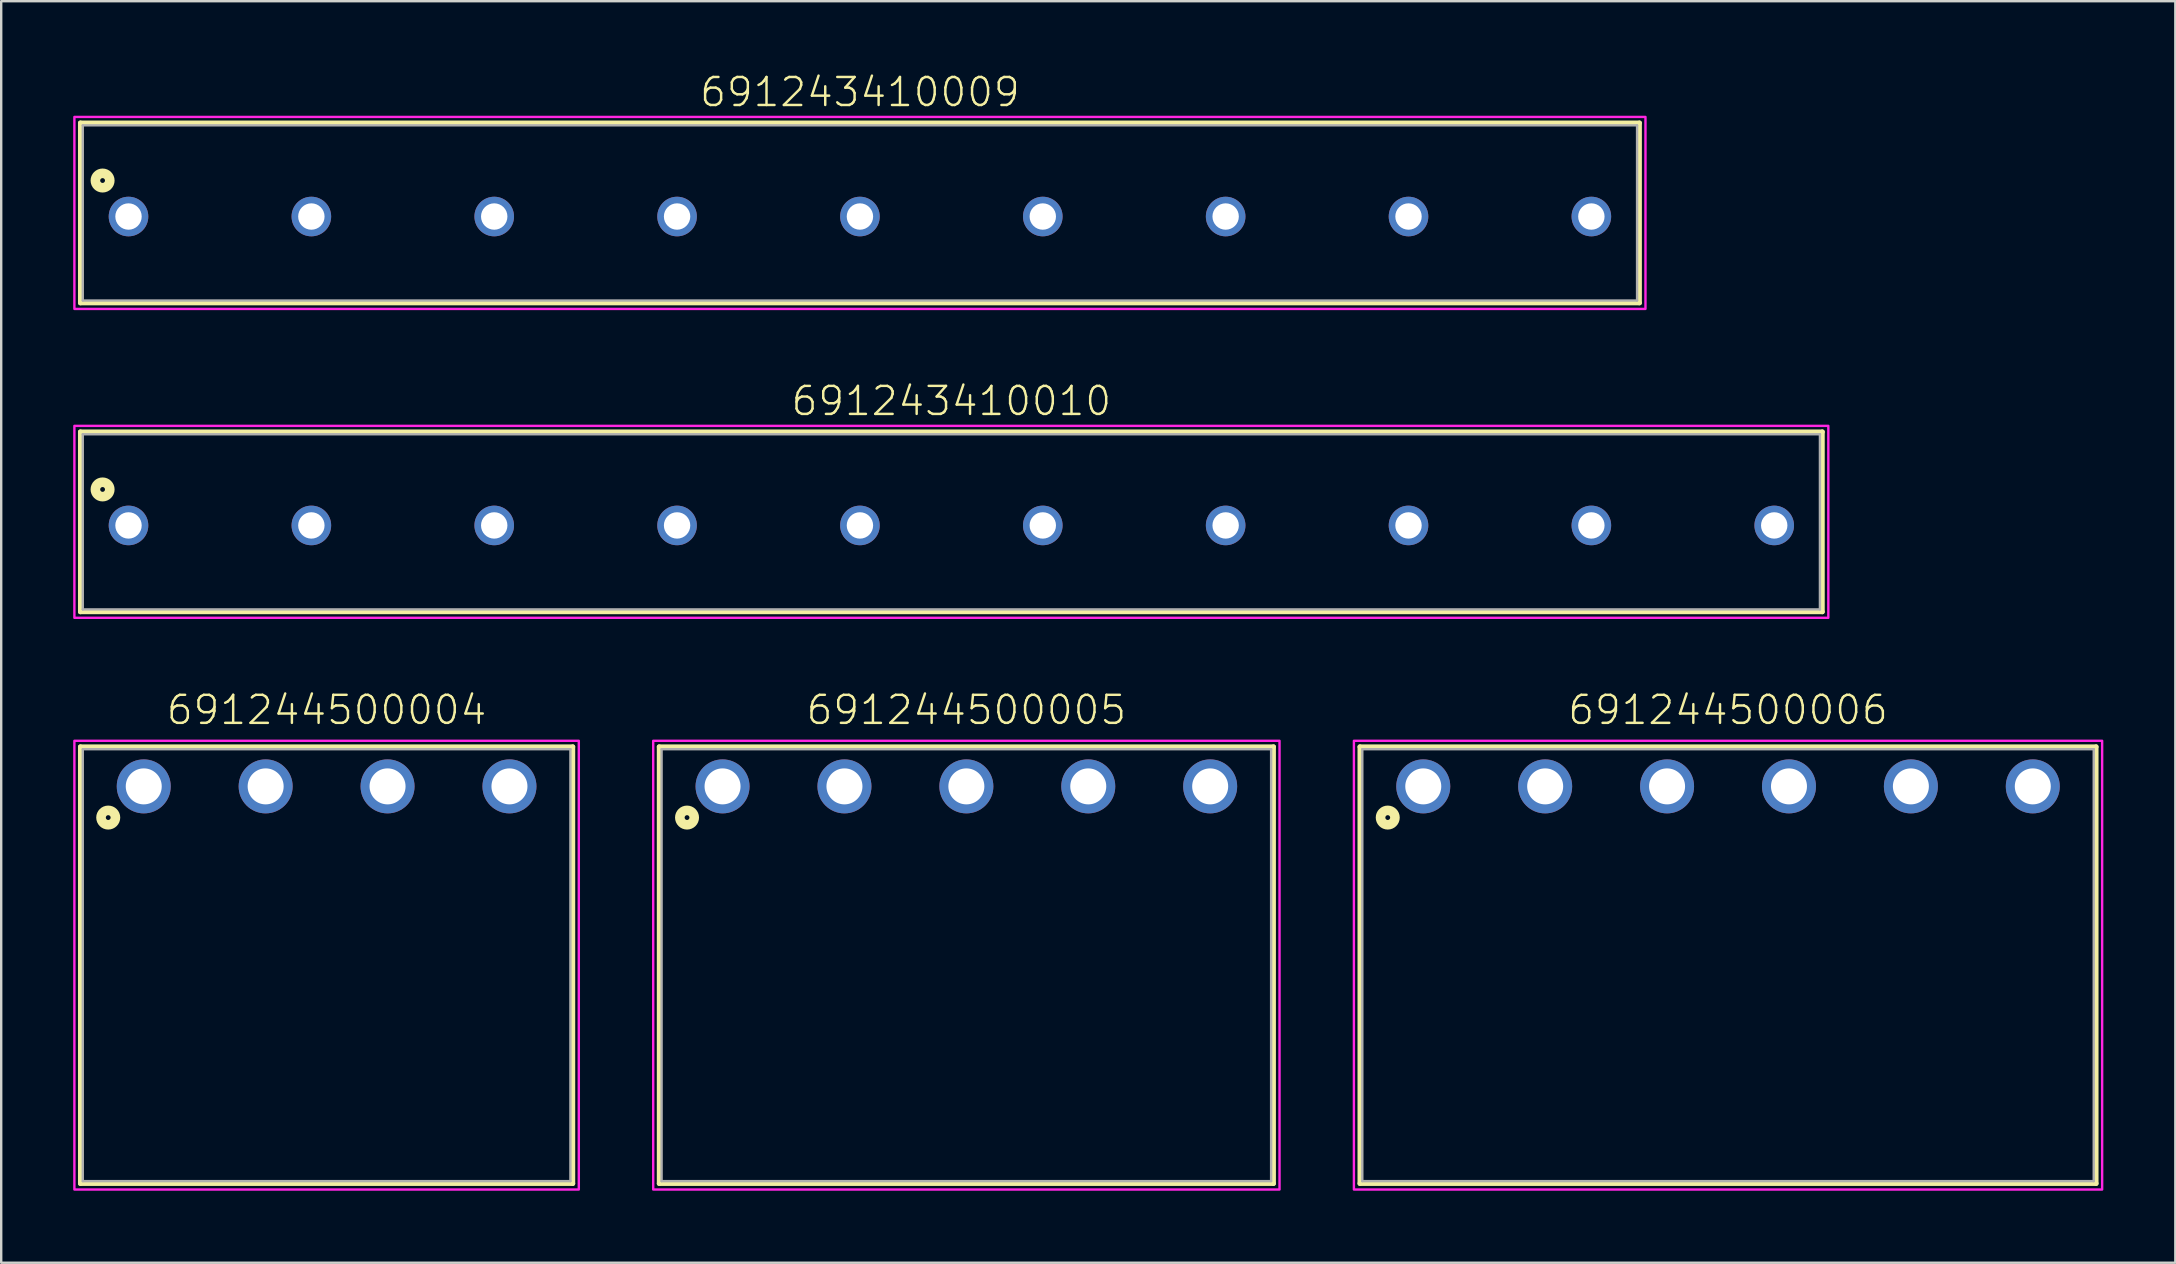
<source format=kicad_pcb>
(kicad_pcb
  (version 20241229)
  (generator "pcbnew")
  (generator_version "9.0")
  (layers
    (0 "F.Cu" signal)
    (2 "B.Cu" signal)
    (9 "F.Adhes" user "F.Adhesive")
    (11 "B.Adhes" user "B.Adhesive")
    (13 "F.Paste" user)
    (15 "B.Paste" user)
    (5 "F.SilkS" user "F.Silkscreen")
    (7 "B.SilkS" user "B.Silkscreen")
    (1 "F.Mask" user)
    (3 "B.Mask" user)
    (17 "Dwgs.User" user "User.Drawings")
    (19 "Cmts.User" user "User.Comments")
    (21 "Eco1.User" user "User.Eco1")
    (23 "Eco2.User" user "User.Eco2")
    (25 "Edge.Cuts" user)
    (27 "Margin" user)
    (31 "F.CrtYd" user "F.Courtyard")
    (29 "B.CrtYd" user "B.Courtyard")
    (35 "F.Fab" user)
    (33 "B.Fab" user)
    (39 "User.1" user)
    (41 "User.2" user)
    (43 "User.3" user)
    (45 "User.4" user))
  (footprint "691244500005"
    (layer "F.Cu")
    (at 37.22 29.72)
    (property "Reference" "691244500005" (at 0 -2.5 0) (unlocked yes) (layer "F.SilkS") (effects (font (size 1.168 1.168) (thickness 0.102)) (justify bottom)))
    (fp_line (start -12.8 -1.65) (end 12.8 -1.65) (stroke (width 0.2) (type solid)) (layer "F.SilkS"))
    (fp_line (start -12.8 16.55) (end -12.8 -1.65) (stroke (width 0.2) (type solid)) (layer "F.SilkS"))
    (fp_line (start 12.8 -1.65) (end 12.8 16.55) (stroke (width 0.2) (type solid)) (layer "F.SilkS"))
    (fp_line (start 12.8 16.55) (end -12.8 16.55) (stroke (width 0.2) (type solid)) (layer "F.SilkS"))
    (fp_circle (center -11.64 1.3) (end -11.54 1.3) (stroke (width 0.4) (type solid)) (fill no) (layer "F.SilkS"))
    (fp_poly (pts (xy 13.05 16.8) (xy -13.05 16.8) (xy -13.05 -1.9) (xy 13.05 -1.9)) (stroke (width 0.1) (type default)) (fill no) (layer "F.CrtYd"))
    (fp_line (start -12.7 16.45) (end -12.7 -1.55) (stroke (width 0.1) (type solid)) (layer "F.Fab"))
    (fp_line (start 12.7 -1.55) (end -12.7 -1.55) (stroke (width 0.1) (type solid)) (layer "F.Fab"))
    (fp_line (start 12.7 16.45) (end -12.7 16.45) (stroke (width 0.1) (type solid)) (layer "F.Fab"))
    (fp_line (start 12.7 16.45) (end 12.7 -1.55) (stroke (width 0.1) (type solid)) (layer "F.Fab"))
    (pad "1" thru_hole circle (at -10.16 0 180) (size 2.25 2.25) (drill 1.5) (layers "*.Cu" "*.Mask"))
    (pad "2" thru_hole circle (at -5.08 0 180) (size 2.25 2.25) (drill 1.5) (layers "*.Cu" "*.Mask"))
    (pad "3" thru_hole circle (at 0 0 180) (size 2.25 2.25) (drill 1.5) (layers "*.Cu" "*.Mask"))
    (pad "4" thru_hole circle (at 5.08 0 180) (size 2.25 2.25) (drill 1.5) (layers "*.Cu" "*.Mask"))
    (pad "5" thru_hole circle (at 10.16 0 180) (size 2.25 2.25) (drill 1.5) (layers "*.Cu" "*.Mask")))
  (footprint "691243410009"
    (layer "F.Cu")
    (at 32.785 5.973)
    (property "Reference" "691243410009" (at 0 -4.5 0) (unlocked yes) (layer "F.SilkS") (effects (font (size 1.168 1.168) (thickness 0.102)) (justify bottom)))
    (fp_line (start -32.485 -3.9) (end 32.485 -3.9) (stroke (width 0.2) (type solid)) (layer "F.SilkS"))
    (fp_line (start -32.485 3.6) (end -32.485 -3.9) (stroke (width 0.2) (type solid)) (layer "F.SilkS"))
    (fp_line (start 32.485 -3.9) (end 32.485 3.6) (stroke (width 0.2) (type solid)) (layer "F.SilkS"))
    (fp_line (start 32.485 3.6) (end -32.485 3.6) (stroke (width 0.2) (type solid)) (layer "F.SilkS"))
    (fp_circle (center -31.56 -1.5) (end -31.46 -1.5) (stroke (width 0.4) (type solid)) (fill no) (layer "F.SilkS"))
    (fp_poly (pts (xy 32.735 3.85) (xy -32.735 3.85) (xy -32.735 -4.15) (xy 32.735 -4.15)) (stroke (width 0.1) (type default)) (fill no) (layer "F.CrtYd"))
    (fp_line (start -32.385 -3.8) (end -32.385 3.5) (stroke (width 0.1) (type solid)) (layer "F.Fab"))
    (fp_line (start -32.385 -3.8) (end 32.385 -3.8) (stroke (width 0.1) (type solid)) (layer "F.Fab"))
    (fp_line (start 32.385 -3.8) (end 32.385 3.5) (stroke (width 0.1) (type solid)) (layer "F.Fab"))
    (fp_line (start 32.385 3.5) (end -32.385 3.5) (stroke (width 0.1) (type solid)) (layer "F.Fab"))
    (pad "1" thru_hole circle (at -30.48 0) (size 1.65 1.65) (drill 1.1) (layers "*.Cu" "*.Mask"))
    (pad "2" thru_hole circle (at -22.86 0) (size 1.65 1.65) (drill 1.1) (layers "*.Cu" "*.Mask"))
    (pad "3" thru_hole circle (at -15.24 0) (size 1.65 1.65) (drill 1.1) (layers "*.Cu" "*.Mask"))
    (pad "4" thru_hole circle (at -7.62 0) (size 1.65 1.65) (drill 1.1) (layers "*.Cu" "*.Mask"))
    (pad "5" thru_hole circle (at 0 0) (size 1.65 1.65) (drill 1.1) (layers "*.Cu" "*.Mask"))
    (pad "6" thru_hole circle (at 7.62 0) (size 1.65 1.65) (drill 1.1) (layers "*.Cu" "*.Mask"))
    (pad "7" thru_hole circle (at 15.24 0) (size 1.65 1.65) (drill 1.1) (layers "*.Cu" "*.Mask"))
    (pad "8" thru_hole circle (at 22.86 0) (size 1.65 1.65) (drill 1.1) (layers "*.Cu" "*.Mask"))
    (pad "9" thru_hole circle (at 30.48 0) (size 1.65 1.65) (drill 1.1) (layers "*.Cu" "*.Mask")))
  (footprint "691243410010"
    (layer "F.Cu")
    (at 36.595 18.846)
    (property "Reference" "691243410010" (at 0 -4.5 0) (unlocked yes) (layer "F.SilkS") (effects (font (size 1.168 1.168) (thickness 0.102)) (justify bottom)))
    (fp_line (start -36.295 -3.9) (end 36.295 -3.9) (stroke (width 0.2) (type solid)) (layer "F.SilkS"))
    (fp_line (start -36.295 3.6) (end -36.295 -3.9) (stroke (width 0.2) (type solid)) (layer "F.SilkS"))
    (fp_line (start 36.295 -3.9) (end 36.295 3.6) (stroke (width 0.2) (type solid)) (layer "F.SilkS"))
    (fp_line (start 36.295 3.6) (end -36.295 3.6) (stroke (width 0.2) (type solid)) (layer "F.SilkS"))
    (fp_circle (center -35.37 -1.5) (end -35.27 -1.5) (stroke (width 0.4) (type solid)) (fill no) (layer "F.SilkS"))
    (fp_poly (pts (xy 36.545 3.85) (xy -36.545 3.85) (xy -36.545 -4.15) (xy 36.545 -4.15)) (stroke (width 0.1) (type default)) (fill no) (layer "F.CrtYd"))
    (fp_line (start -36.195 -3.8) (end -36.195 3.5) (stroke (width 0.1) (type solid)) (layer "F.Fab"))
    (fp_line (start -36.195 -3.8) (end 36.195 -3.8) (stroke (width 0.1) (type solid)) (layer "F.Fab"))
    (fp_line (start 36.195 -3.8) (end 36.195 3.5) (stroke (width 0.1) (type solid)) (layer "F.Fab"))
    (fp_line (start 36.195 3.5) (end -36.195 3.5) (stroke (width 0.1) (type solid)) (layer "F.Fab"))
    (pad "1" thru_hole circle (at -34.29 0) (size 1.65 1.65) (drill 1.1) (layers "*.Cu" "*.Mask"))
    (pad "2" thru_hole circle (at -26.67 0) (size 1.65 1.65) (drill 1.1) (layers "*.Cu" "*.Mask"))
    (pad "3" thru_hole circle (at -19.05 0) (size 1.65 1.65) (drill 1.1) (layers "*.Cu" "*.Mask"))
    (pad "4" thru_hole circle (at -11.43 0) (size 1.65 1.65) (drill 1.1) (layers "*.Cu" "*.Mask"))
    (pad "5" thru_hole circle (at -3.81 0) (size 1.65 1.65) (drill 1.1) (layers "*.Cu" "*.Mask"))
    (pad "6" thru_hole circle (at 3.81 0) (size 1.65 1.65) (drill 1.1) (layers "*.Cu" "*.Mask"))
    (pad "7" thru_hole circle (at 11.43 0) (size 1.65 1.65) (drill 1.1) (layers "*.Cu" "*.Mask"))
    (pad "8" thru_hole circle (at 19.05 0) (size 1.65 1.65) (drill 1.1) (layers "*.Cu" "*.Mask"))
    (pad "9" thru_hole circle (at 26.67 0) (size 1.65 1.65) (drill 1.1) (layers "*.Cu" "*.Mask"))
    (pad "10" thru_hole circle (at 34.29 0) (size 1.65 1.65) (drill 1.1) (layers "*.Cu" "*.Mask")))
  (footprint "691244500006"
    (layer "F.Cu")
    (at 68.96 29.72)
    (property "Reference" "691244500006" (at 0 -2.5 0) (unlocked yes) (layer "F.SilkS") (effects (font (size 1.168 1.168) (thickness 0.102)) (justify bottom)))
    (fp_line (start -15.34 -1.65) (end 15.34 -1.65) (stroke (width 0.2) (type solid)) (layer "F.SilkS"))
    (fp_line (start -15.34 16.55) (end -15.34 -1.65) (stroke (width 0.2) (type solid)) (layer "F.SilkS"))
    (fp_line (start 15.34 -1.65) (end 15.34 16.55) (stroke (width 0.2) (type solid)) (layer "F.SilkS"))
    (fp_line (start 15.34 16.55) (end -15.34 16.55) (stroke (width 0.2) (type solid)) (layer "F.SilkS"))
    (fp_circle (center -14.18 1.3) (end -14.08 1.3) (stroke (width 0.4) (type solid)) (fill no) (layer "F.SilkS"))
    (fp_poly (pts (xy 15.59 16.8) (xy -15.59 16.8) (xy -15.59 -1.9) (xy 15.59 -1.9)) (stroke (width 0.1) (type default)) (fill no) (layer "F.CrtYd"))
    (fp_line (start -15.24 16.45) (end -15.24 -1.55) (stroke (width 0.1) (type solid)) (layer "F.Fab"))
    (fp_line (start 15.24 -1.55) (end -15.24 -1.55) (stroke (width 0.1) (type solid)) (layer "F.Fab"))
    (fp_line (start 15.24 16.45) (end -15.24 16.45) (stroke (width 0.1) (type solid)) (layer "F.Fab"))
    (fp_line (start 15.24 16.45) (end 15.24 -1.55) (stroke (width 0.1) (type solid)) (layer "F.Fab"))
    (pad "1" thru_hole circle (at -12.7 0 180) (size 2.25 2.25) (drill 1.5) (layers "*.Cu" "*.Mask"))
    (pad "2" thru_hole circle (at -7.62 0 180) (size 2.25 2.25) (drill 1.5) (layers "*.Cu" "*.Mask"))
    (pad "3" thru_hole circle (at -2.54 0 180) (size 2.25 2.25) (drill 1.5) (layers "*.Cu" "*.Mask"))
    (pad "4" thru_hole circle (at 2.54 0 180) (size 2.25 2.25) (drill 1.5) (layers "*.Cu" "*.Mask"))
    (pad "5" thru_hole circle (at 7.62 0 180) (size 2.25 2.25) (drill 1.5) (layers "*.Cu" "*.Mask"))
    (pad "6" thru_hole circle (at 12.7 0 180) (size 2.25 2.25) (drill 1.5) (layers "*.Cu" "*.Mask")))
  (footprint "691244500004"
    (layer "F.Cu")
    (at 10.56 29.72)
    (property "Reference" "691244500004" (at 0 -2.5 0) (unlocked yes) (layer "F.SilkS") (effects (font (size 1.168 1.168) (thickness 0.102)) (justify bottom)))
    (fp_line (start -10.26 -1.65) (end 10.26 -1.65) (stroke (width 0.2) (type solid)) (layer "F.SilkS"))
    (fp_line (start -10.26 16.55) (end -10.26 -1.65) (stroke (width 0.2) (type solid)) (layer "F.SilkS"))
    (fp_line (start 10.26 -1.65) (end 10.26 16.55) (stroke (width 0.2) (type solid)) (layer "F.SilkS"))
    (fp_line (start 10.26 16.55) (end -10.26 16.55) (stroke (width 0.2) (type solid)) (layer "F.SilkS"))
    (fp_circle (center -9.1 1.3) (end -9 1.3) (stroke (width 0.4) (type solid)) (fill no) (layer "F.SilkS"))
    (fp_poly (pts (xy 10.51 16.8) (xy -10.51 16.8) (xy -10.51 -1.9) (xy 10.51 -1.9)) (stroke (width 0.1) (type default)) (fill no) (layer "F.CrtYd"))
    (fp_line (start -10.16 16.45) (end -10.16 -1.55) (stroke (width 0.1) (type solid)) (layer "F.Fab"))
    (fp_line (start 10.16 -1.55) (end -10.16 -1.55) (stroke (width 0.1) (type solid)) (layer "F.Fab"))
    (fp_line (start 10.16 16.45) (end -10.16 16.45) (stroke (width 0.1) (type solid)) (layer "F.Fab"))
    (fp_line (start 10.16 16.45) (end 10.16 -1.55) (stroke (width 0.1) (type solid)) (layer "F.Fab"))
    (pad "1" thru_hole circle (at -7.62 0 180) (size 2.25 2.25) (drill 1.5) (layers "*.Cu" "*.Mask"))
    (pad "2" thru_hole circle (at -2.54 0 180) (size 2.25 2.25) (drill 1.5) (layers "*.Cu" "*.Mask"))
    (pad "3" thru_hole circle (at 2.54 0 180) (size 2.25 2.25) (drill 1.5) (layers "*.Cu" "*.Mask"))
    (pad "4" thru_hole circle (at 7.62 0 180) (size 2.25 2.25) (drill 1.5) (layers "*.Cu" "*.Mask")))
  (gr_rect
    (start -3 -3)
    (end 87.6 49.57)
    (stroke (width 0.1) (type default))
    (fill no)
    (layer "Edge.Cuts")))
</source>
